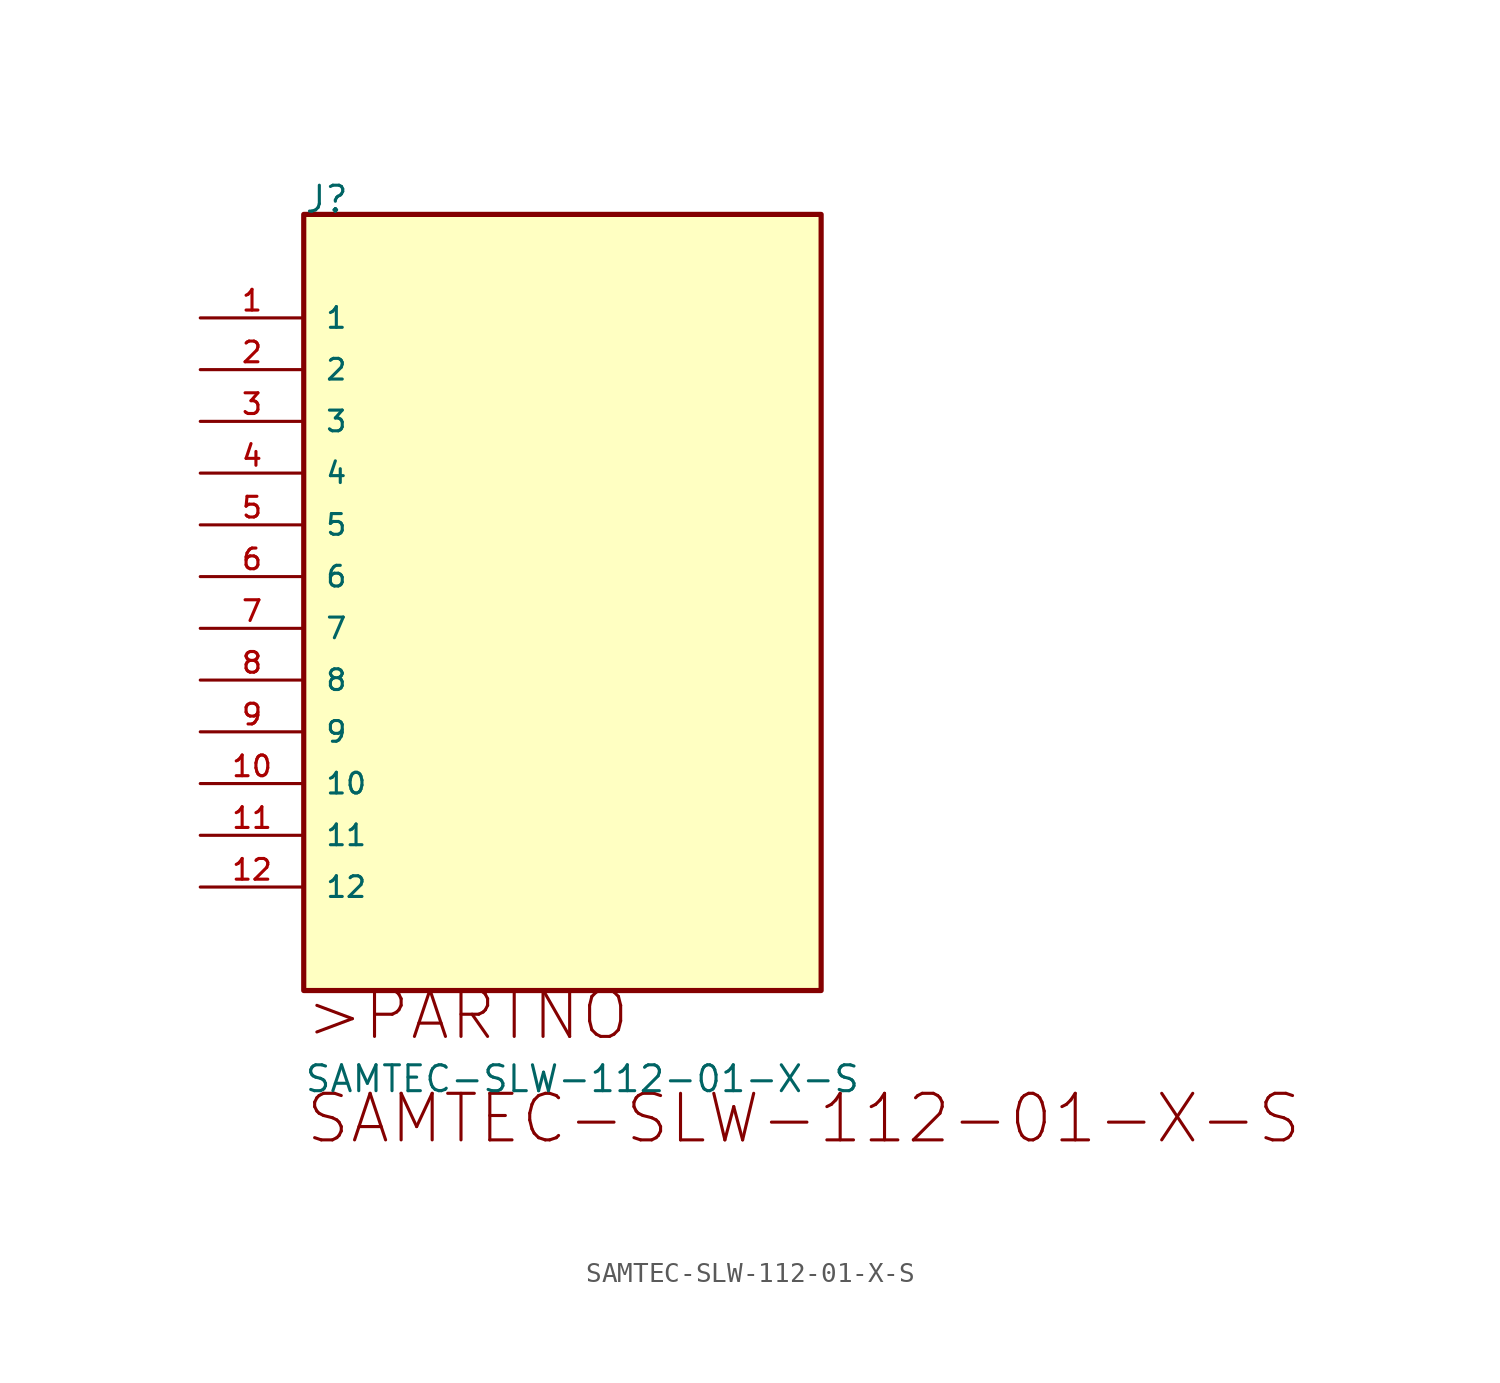
<source format=kicad_sym>
(kicad_symbol_lib
  (version 20211014)
  (generator kicad_symbol_editor)
  (symbol "SAMTEC-SLW-112-01-X-S"
    (pin_names
      (offset 1.016))
    (property "Reference" "J"
      (at 0.0 5.08 0)
      (effects (font (size 1.27 1.27)) (justify bottom left)))
    (property "Value" "SAMTEC-SLW-112-01-X-S"
      (at 0.0 -38.1 0)
      (effects (font (size 1.27 1.27)) (justify bottom left)))
    (symbol "SAMTEC-SLW-112-01-X-S_0_0"
      (text ">PARTNO" (at 0.0 -35.56 0) (effects (font (size 2.286 2.286)) (justify bottom left)))
      (text "SAMTEC-SLW-112-01-X-S" (at 0.0 -40.64 0) (effects (font (size 2.286 2.286)) (justify bottom left)))
      (rectangle (start 0.0 -33.02) (end 25.4 5.08) (stroke (width 0.254)) (fill (type background)))
      (pin bidirectional line (at -5.08 -0.0 0) (length 5.08) (name "1" (effects (font (size 1.016 1.016)))) (number "1" (effects (font (size 1.016 1.016)))))
      (pin bidirectional line (at -5.08 -2.54 0) (length 5.08) (name "2" (effects (font (size 1.016 1.016)))) (number "2" (effects (font (size 1.016 1.016)))))
      (pin bidirectional line (at -5.08 -5.08 0) (length 5.08) (name "3" (effects (font (size 1.016 1.016)))) (number "3" (effects (font (size 1.016 1.016)))))
      (pin bidirectional line (at -5.08 -7.62 0) (length 5.08) (name "4" (effects (font (size 1.016 1.016)))) (number "4" (effects (font (size 1.016 1.016)))))
      (pin bidirectional line (at -5.08 -10.16 0) (length 5.08) (name "5" (effects (font (size 1.016 1.016)))) (number "5" (effects (font (size 1.016 1.016)))))
      (pin bidirectional line (at -5.08 -12.7 0) (length 5.08) (name "6" (effects (font (size 1.016 1.016)))) (number "6" (effects (font (size 1.016 1.016)))))
      (pin bidirectional line (at -5.08 -15.24 0) (length 5.08) (name "7" (effects (font (size 1.016 1.016)))) (number "7" (effects (font (size 1.016 1.016)))))
      (pin bidirectional line (at -5.08 -17.78 0) (length 5.08) (name "8" (effects (font (size 1.016 1.016)))) (number "8" (effects (font (size 1.016 1.016)))))
      (pin bidirectional line (at -5.08 -20.32 0) (length 5.08) (name "9" (effects (font (size 1.016 1.016)))) (number "9" (effects (font (size 1.016 1.016)))))
      (pin bidirectional line (at -5.08 -22.86 0) (length 5.08) (name "10" (effects (font (size 1.016 1.016)))) (number "10" (effects (font (size 1.016 1.016)))))
      (pin bidirectional line (at -5.08 -25.4 0) (length 5.08) (name "11" (effects (font (size 1.016 1.016)))) (number "11" (effects (font (size 1.016 1.016)))))
      (pin bidirectional line (at -5.08 -27.94 0) (length 5.08) (name "12" (effects (font (size 1.016 1.016)))) (number "12" (effects (font (size 1.016 1.016))))))))
</source>
